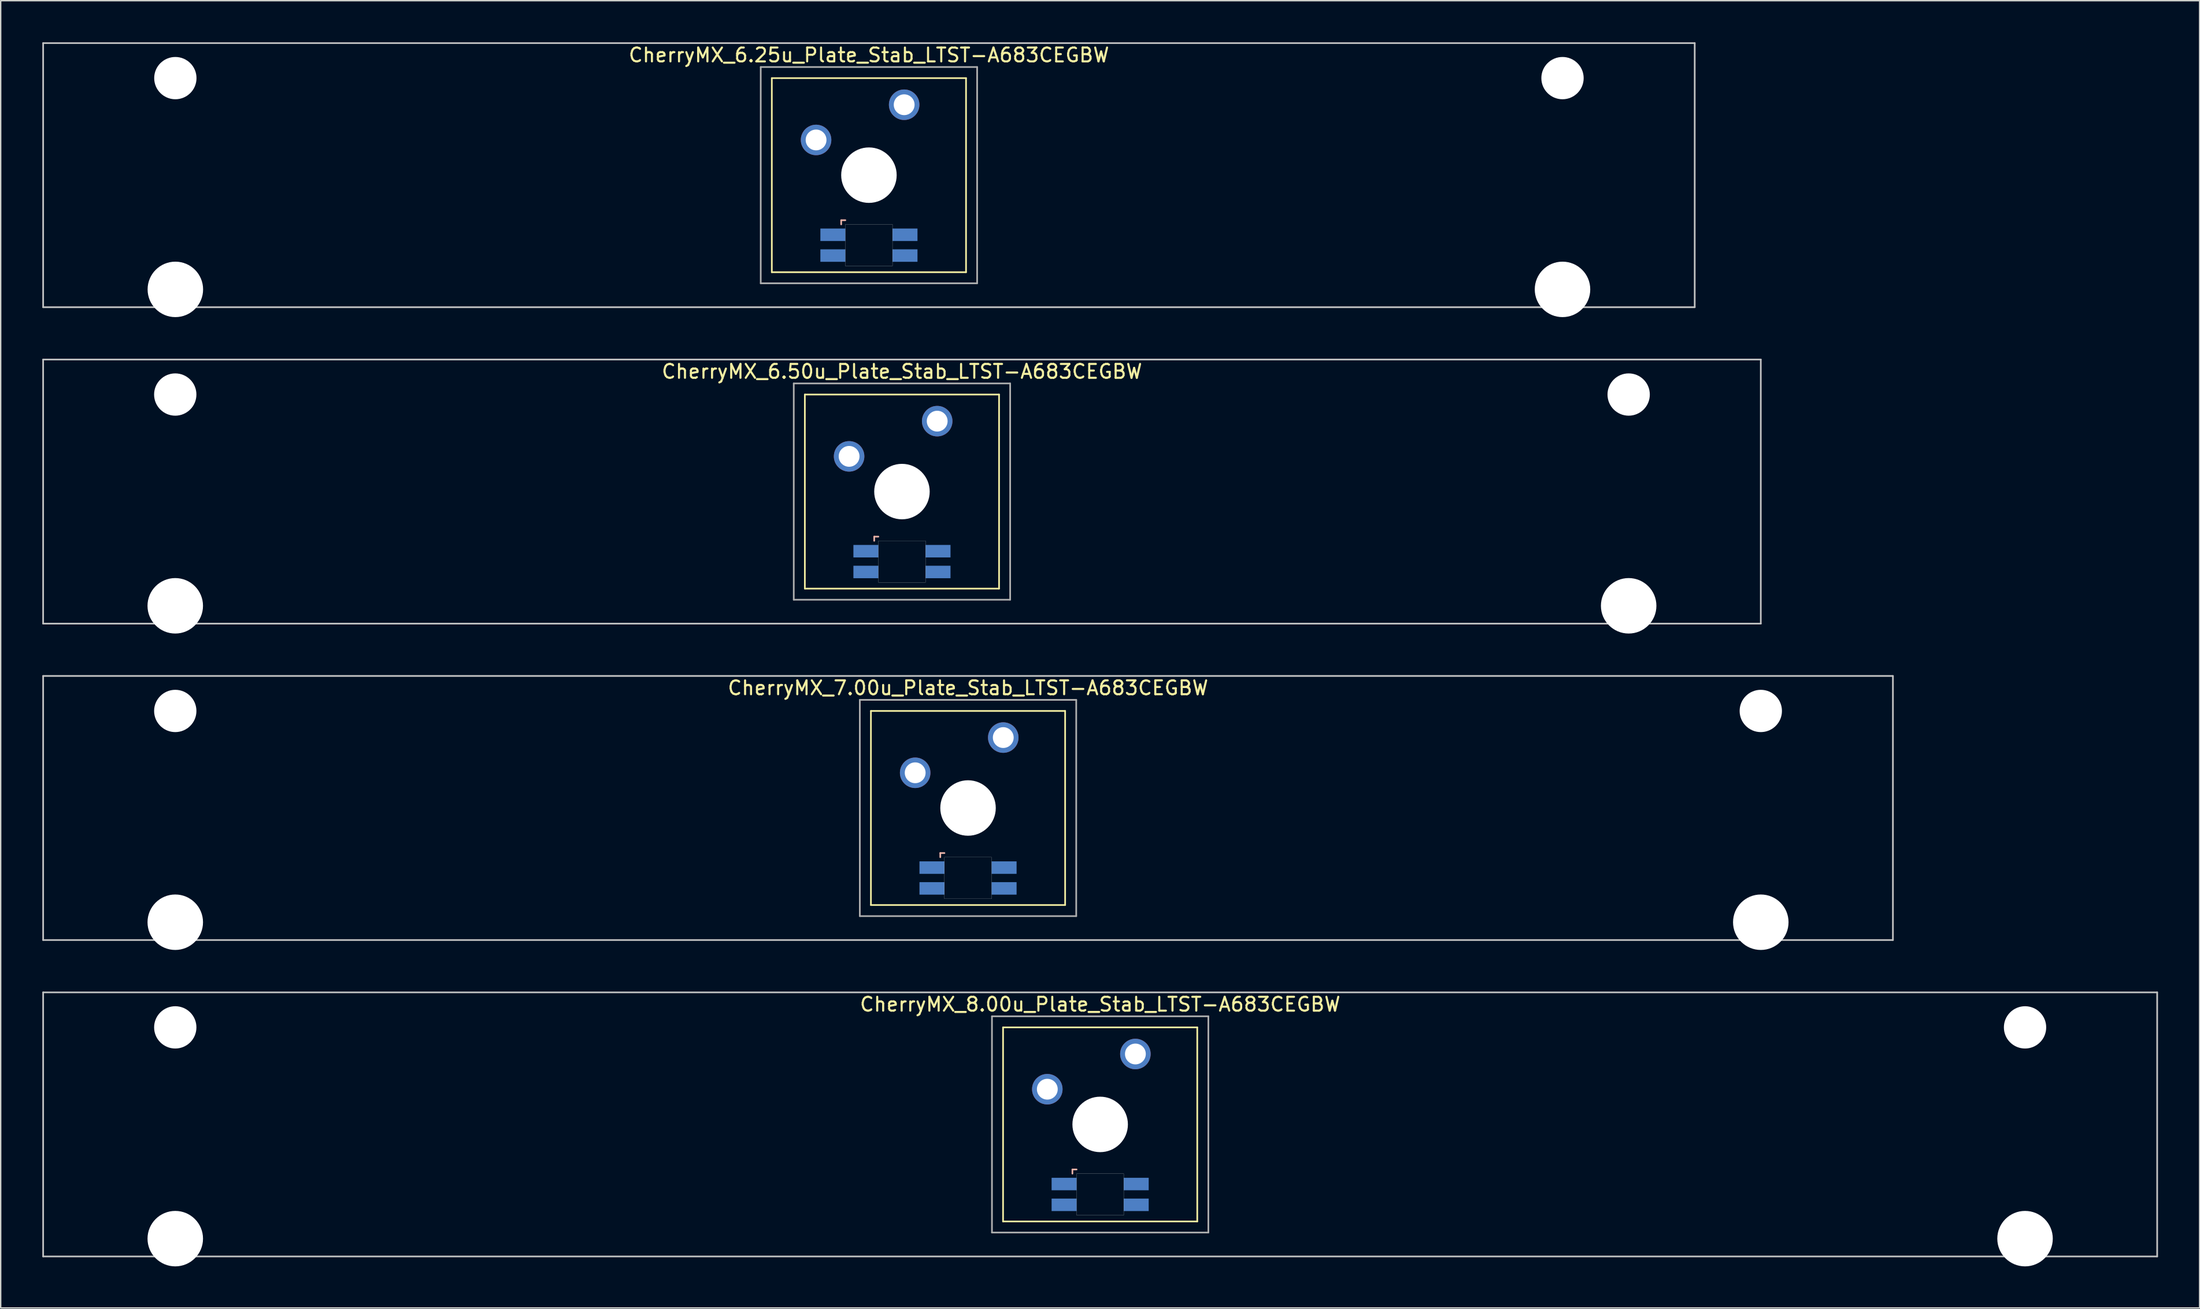
<source format=kicad_pcb>
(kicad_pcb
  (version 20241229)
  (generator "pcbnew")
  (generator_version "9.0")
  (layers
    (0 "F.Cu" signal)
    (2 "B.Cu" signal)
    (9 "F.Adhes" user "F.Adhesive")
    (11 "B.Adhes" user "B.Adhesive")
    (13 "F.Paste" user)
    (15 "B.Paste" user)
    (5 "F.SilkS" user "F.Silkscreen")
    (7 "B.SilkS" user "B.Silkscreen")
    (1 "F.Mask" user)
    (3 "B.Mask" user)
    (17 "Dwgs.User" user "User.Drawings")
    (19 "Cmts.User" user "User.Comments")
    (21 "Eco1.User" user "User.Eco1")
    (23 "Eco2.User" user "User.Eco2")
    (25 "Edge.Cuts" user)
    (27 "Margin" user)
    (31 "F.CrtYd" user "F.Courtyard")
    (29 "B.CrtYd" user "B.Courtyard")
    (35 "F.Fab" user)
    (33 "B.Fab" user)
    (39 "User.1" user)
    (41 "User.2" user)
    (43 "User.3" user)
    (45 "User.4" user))
  (footprint "CherryMX_6.50u_Plate_Stab_LTST-A683CEGBW"
    (layer "F.Cu")
    (at 61.972 32.41)
    (property "Reference" "CherryMX_6.50u_Plate_Stab_LTST-A683CEGBW" (at 0 -8.662 0) (layer "F.SilkS") (effects (font (size 1 1) (thickness 0.15))))
    (attr through_hole)
    (fp_line (start -7 -7) (end -7 7) (stroke (width 0.12) (type solid)) (layer "F.SilkS"))
    (fp_line (start -7 -7) (end 7 -7) (stroke (width 0.12) (type solid)) (layer "F.SilkS"))
    (fp_line (start 7 -7) (end 7 7) (stroke (width 0.12) (type solid)) (layer "F.SilkS"))
    (fp_line (start 7 7) (end -7 7) (stroke (width 0.12) (type solid)) (layer "F.SilkS"))
    (fp_line (start -2 3.25) (end -2 3.55) (stroke (width 0.12) (type solid)) (layer "B.SilkS"))
    (fp_line (start -1.7 3.25) (end -2 3.25) (stroke (width 0.12) (type solid)) (layer "B.SilkS"))
    (fp_line (start -61.913 -9.525) (end 61.913 -9.525) (stroke (width 0.12) (type solid)) (layer "Dwgs.User"))
    (fp_line (start -61.913 9.525) (end -61.913 -9.525) (stroke (width 0.12) (type solid)) (layer "Dwgs.User"))
    (fp_line (start 61.913 -9.525) (end 61.913 9.525) (stroke (width 0.12) (type solid)) (layer "Dwgs.User"))
    (fp_line (start 61.913 9.525) (end -61.913 9.525) (stroke (width 0.12) (type solid)) (layer "Dwgs.User"))
    (fp_poly (pts (xy 1.7 6.55) (xy -1.7 6.55) (xy -1.7 3.55) (xy 1.7 3.55)) (stroke (width 0.01) (type solid)) (fill no) (layer "Edge.Cuts"))
    (fp_line (start -7.8 -7.8) (end -7.8 7.8) (stroke (width 0.12) (type solid)) (layer "F.Fab"))
    (fp_line (start -7.8 -7.8) (end 7.8 -7.8) (stroke (width 0.12) (type solid)) (layer "F.Fab"))
    (fp_line (start -7.8 7.8) (end 7.8 7.8) (stroke (width 0.12) (type solid)) (layer "F.Fab"))
    (fp_line (start 7.8 -7.8) (end 7.8 7.8) (stroke (width 0.12) (type solid)) (layer "F.Fab"))
    (pad "" np_thru_hole circle (at -52.388 -7) (size 3.05 3.05) (drill 3.05) (layers "*.Cu" "*.Mask"))
    (pad "" np_thru_hole circle (at -52.388 8.24) (size 4 4) (drill 4) (layers "*.Cu" "*.Mask"))
    (pad "" np_thru_hole circle (at 0 0) (size 4 4) (drill 4) (layers "*.Cu" "*.Mask"))
    (pad "" np_thru_hole circle (at 52.388 -7) (size 3.05 3.05) (drill 3.05) (layers "*.Cu" "*.Mask"))
    (pad "" np_thru_hole circle (at 52.388 8.24) (size 4 4) (drill 4) (layers "*.Cu" "*.Mask"))
    (pad "1" thru_hole circle (at -3.81 -2.54) (size 2.2 2.2) (drill 1.5) (layers "*.Cu" "*.Mask"))
    (pad "2" thru_hole circle (at 2.54 -5.08) (size 2.2 2.2) (drill 1.5) (layers "*.Cu" "*.Mask"))
    (pad "3" smd rect (at -2.6 4.3) (size 1.8 0.9) (layers "B.Cu" "B.Mask" "B.Paste"))
    (pad "4" smd rect (at -2.6 5.8) (size 1.8 0.9) (layers "B.Cu" "B.Mask" "B.Paste"))
    (pad "5" smd rect (at 2.6 4.3) (size 1.8 0.9) (layers "B.Cu" "B.Mask" "B.Paste"))
    (pad "6" smd rect (at 2.6 5.8) (size 1.8 0.9) (layers "B.Cu" "B.Mask" "B.Paste")))
  (footprint "CherryMX_7.00u_Plate_Stab_LTST-A683CEGBW"
    (layer "F.Cu")
    (at 66.735 55.235)
    (property "Reference" "CherryMX_7.00u_Plate_Stab_LTST-A683CEGBW" (at 0 -8.662 0) (layer "F.SilkS") (effects (font (size 1 1) (thickness 0.15))))
    (attr through_hole)
    (fp_line (start -7 -7) (end -7 7) (stroke (width 0.12) (type solid)) (layer "F.SilkS"))
    (fp_line (start -7 -7) (end 7 -7) (stroke (width 0.12) (type solid)) (layer "F.SilkS"))
    (fp_line (start 7 -7) (end 7 7) (stroke (width 0.12) (type solid)) (layer "F.SilkS"))
    (fp_line (start 7 7) (end -7 7) (stroke (width 0.12) (type solid)) (layer "F.SilkS"))
    (fp_line (start -2 3.25) (end -2 3.55) (stroke (width 0.12) (type solid)) (layer "B.SilkS"))
    (fp_line (start -1.7 3.25) (end -2 3.25) (stroke (width 0.12) (type solid)) (layer "B.SilkS"))
    (fp_line (start -66.675 -9.525) (end 66.675 -9.525) (stroke (width 0.12) (type solid)) (layer "Dwgs.User"))
    (fp_line (start -66.675 9.525) (end -66.675 -9.525) (stroke (width 0.12) (type solid)) (layer "Dwgs.User"))
    (fp_line (start 66.675 -9.525) (end 66.675 9.525) (stroke (width 0.12) (type solid)) (layer "Dwgs.User"))
    (fp_line (start 66.675 9.525) (end -66.675 9.525) (stroke (width 0.12) (type solid)) (layer "Dwgs.User"))
    (fp_poly (pts (xy 1.7 6.55) (xy -1.7 6.55) (xy -1.7 3.55) (xy 1.7 3.55)) (stroke (width 0.01) (type solid)) (fill no) (layer "Edge.Cuts"))
    (fp_line (start -7.8 -7.8) (end -7.8 7.8) (stroke (width 0.12) (type solid)) (layer "F.Fab"))
    (fp_line (start -7.8 -7.8) (end 7.8 -7.8) (stroke (width 0.12) (type solid)) (layer "F.Fab"))
    (fp_line (start -7.8 7.8) (end 7.8 7.8) (stroke (width 0.12) (type solid)) (layer "F.Fab"))
    (fp_line (start 7.8 -7.8) (end 7.8 7.8) (stroke (width 0.12) (type solid)) (layer "F.Fab"))
    (pad "" np_thru_hole circle (at -57.15 -7) (size 3.05 3.05) (drill 3.05) (layers "*.Cu" "*.Mask"))
    (pad "" np_thru_hole circle (at -57.15 8.24) (size 4 4) (drill 4) (layers "*.Cu" "*.Mask"))
    (pad "" np_thru_hole circle (at 0 0) (size 4 4) (drill 4) (layers "*.Cu" "*.Mask"))
    (pad "" np_thru_hole circle (at 57.15 -7) (size 3.05 3.05) (drill 3.05) (layers "*.Cu" "*.Mask"))
    (pad "" np_thru_hole circle (at 57.15 8.24) (size 4 4) (drill 4) (layers "*.Cu" "*.Mask"))
    (pad "1" thru_hole circle (at -3.81 -2.54) (size 2.2 2.2) (drill 1.5) (layers "*.Cu" "*.Mask"))
    (pad "2" thru_hole circle (at 2.54 -5.08) (size 2.2 2.2) (drill 1.5) (layers "*.Cu" "*.Mask"))
    (pad "3" smd rect (at -2.6 4.3) (size 1.8 0.9) (layers "B.Cu" "B.Mask" "B.Paste"))
    (pad "4" smd rect (at -2.6 5.8) (size 1.8 0.9) (layers "B.Cu" "B.Mask" "B.Paste"))
    (pad "5" smd rect (at 2.6 4.3) (size 1.8 0.9) (layers "B.Cu" "B.Mask" "B.Paste"))
    (pad "6" smd rect (at 2.6 5.8) (size 1.8 0.9) (layers "B.Cu" "B.Mask" "B.Paste")))
  (footprint "CherryMX_8.00u_Plate_Stab_LTST-A683CEGBW"
    (layer "F.Cu")
    (at 76.26 78.06)
    (property "Reference" "CherryMX_8.00u_Plate_Stab_LTST-A683CEGBW" (at 0 -8.662 0) (layer "F.SilkS") (effects (font (size 1 1) (thickness 0.15))))
    (attr through_hole)
    (fp_line (start -7 -7) (end -7 7) (stroke (width 0.12) (type solid)) (layer "F.SilkS"))
    (fp_line (start -7 -7) (end 7 -7) (stroke (width 0.12) (type solid)) (layer "F.SilkS"))
    (fp_line (start 7 -7) (end 7 7) (stroke (width 0.12) (type solid)) (layer "F.SilkS"))
    (fp_line (start 7 7) (end -7 7) (stroke (width 0.12) (type solid)) (layer "F.SilkS"))
    (fp_line (start -2 3.25) (end -2 3.55) (stroke (width 0.12) (type solid)) (layer "B.SilkS"))
    (fp_line (start -1.7 3.25) (end -2 3.25) (stroke (width 0.12) (type solid)) (layer "B.SilkS"))
    (fp_line (start -76.2 -9.525) (end 76.2 -9.525) (stroke (width 0.12) (type solid)) (layer "Dwgs.User"))
    (fp_line (start -76.2 9.525) (end -76.2 -9.525) (stroke (width 0.12) (type solid)) (layer "Dwgs.User"))
    (fp_line (start 76.2 -9.525) (end 76.2 9.525) (stroke (width 0.12) (type solid)) (layer "Dwgs.User"))
    (fp_line (start 76.2 9.525) (end -76.2 9.525) (stroke (width 0.12) (type solid)) (layer "Dwgs.User"))
    (fp_poly (pts (xy 1.7 6.55) (xy -1.7 6.55) (xy -1.7 3.55) (xy 1.7 3.55)) (stroke (width 0.01) (type solid)) (fill no) (layer "Edge.Cuts"))
    (fp_line (start -7.8 -7.8) (end -7.8 7.8) (stroke (width 0.12) (type solid)) (layer "F.Fab"))
    (fp_line (start -7.8 -7.8) (end 7.8 -7.8) (stroke (width 0.12) (type solid)) (layer "F.Fab"))
    (fp_line (start -7.8 7.8) (end 7.8 7.8) (stroke (width 0.12) (type solid)) (layer "F.Fab"))
    (fp_line (start 7.8 -7.8) (end 7.8 7.8) (stroke (width 0.12) (type solid)) (layer "F.Fab"))
    (pad "" np_thru_hole circle (at -66.675 -7) (size 3.05 3.05) (drill 3.05) (layers "*.Cu" "*.Mask"))
    (pad "" np_thru_hole circle (at -66.675 8.24) (size 4 4) (drill 4) (layers "*.Cu" "*.Mask"))
    (pad "" np_thru_hole circle (at 0 0) (size 4 4) (drill 4) (layers "*.Cu" "*.Mask"))
    (pad "" np_thru_hole circle (at 66.675 -7) (size 3.05 3.05) (drill 3.05) (layers "*.Cu" "*.Mask"))
    (pad "" np_thru_hole circle (at 66.675 8.24) (size 4 4) (drill 4) (layers "*.Cu" "*.Mask"))
    (pad "1" thru_hole circle (at -3.81 -2.54) (size 2.2 2.2) (drill 1.5) (layers "*.Cu" "*.Mask"))
    (pad "2" thru_hole circle (at 2.54 -5.08) (size 2.2 2.2) (drill 1.5) (layers "*.Cu" "*.Mask"))
    (pad "3" smd rect (at -2.6 4.3) (size 1.8 0.9) (layers "B.Cu" "B.Mask" "B.Paste"))
    (pad "4" smd rect (at -2.6 5.8) (size 1.8 0.9) (layers "B.Cu" "B.Mask" "B.Paste"))
    (pad "5" smd rect (at 2.6 4.3) (size 1.8 0.9) (layers "B.Cu" "B.Mask" "B.Paste"))
    (pad "6" smd rect (at 2.6 5.8) (size 1.8 0.9) (layers "B.Cu" "B.Mask" "B.Paste")))
  (footprint "CherryMX_6.25u_Plate_Stab_LTST-A683CEGBW"
    (layer "F.Cu")
    (at 59.591 9.585)
    (property "Reference" "CherryMX_6.25u_Plate_Stab_LTST-A683CEGBW" (at 0 -8.662 0) (layer "F.SilkS") (effects (font (size 1 1) (thickness 0.15))))
    (attr through_hole)
    (fp_line (start -7 -7) (end -7 7) (stroke (width 0.12) (type solid)) (layer "F.SilkS"))
    (fp_line (start -7 -7) (end 7 -7) (stroke (width 0.12) (type solid)) (layer "F.SilkS"))
    (fp_line (start 7 -7) (end 7 7) (stroke (width 0.12) (type solid)) (layer "F.SilkS"))
    (fp_line (start 7 7) (end -7 7) (stroke (width 0.12) (type solid)) (layer "F.SilkS"))
    (fp_line (start -2 3.25) (end -2 3.55) (stroke (width 0.12) (type solid)) (layer "B.SilkS"))
    (fp_line (start -1.7 3.25) (end -2 3.25) (stroke (width 0.12) (type solid)) (layer "B.SilkS"))
    (fp_line (start -59.531 -9.525) (end 59.531 -9.525) (stroke (width 0.12) (type solid)) (layer "Dwgs.User"))
    (fp_line (start -59.531 9.525) (end -59.531 -9.525) (stroke (width 0.12) (type solid)) (layer "Dwgs.User"))
    (fp_line (start 59.531 -9.525) (end 59.531 9.525) (stroke (width 0.12) (type solid)) (layer "Dwgs.User"))
    (fp_line (start 59.531 9.525) (end -59.531 9.525) (stroke (width 0.12) (type solid)) (layer "Dwgs.User"))
    (fp_poly (pts (xy 1.7 6.55) (xy -1.7 6.55) (xy -1.7 3.55) (xy 1.7 3.55)) (stroke (width 0.01) (type solid)) (fill no) (layer "Edge.Cuts"))
    (fp_line (start -7.8 -7.8) (end -7.8 7.8) (stroke (width 0.12) (type solid)) (layer "F.Fab"))
    (fp_line (start -7.8 -7.8) (end 7.8 -7.8) (stroke (width 0.12) (type solid)) (layer "F.Fab"))
    (fp_line (start -7.8 7.8) (end 7.8 7.8) (stroke (width 0.12) (type solid)) (layer "F.Fab"))
    (fp_line (start 7.8 -7.8) (end 7.8 7.8) (stroke (width 0.12) (type solid)) (layer "F.Fab"))
    (pad "" np_thru_hole circle (at -50 -7) (size 3.05 3.05) (drill 3.05) (layers "*.Cu" "*.Mask"))
    (pad "" np_thru_hole circle (at -50 8.24) (size 4 4) (drill 4) (layers "*.Cu" "*.Mask"))
    (pad "" np_thru_hole circle (at 0 0) (size 4 4) (drill 4) (layers "*.Cu" "*.Mask"))
    (pad "" np_thru_hole circle (at 50 -7) (size 3.05 3.05) (drill 3.05) (layers "*.Cu" "*.Mask"))
    (pad "" np_thru_hole circle (at 50 8.24) (size 4 4) (drill 4) (layers "*.Cu" "*.Mask"))
    (pad "1" thru_hole circle (at -3.81 -2.54) (size 2.2 2.2) (drill 1.5) (layers "*.Cu" "*.Mask"))
    (pad "2" thru_hole circle (at 2.54 -5.08) (size 2.2 2.2) (drill 1.5) (layers "*.Cu" "*.Mask"))
    (pad "3" smd rect (at -2.6 4.3) (size 1.8 0.9) (layers "B.Cu" "B.Mask" "B.Paste"))
    (pad "4" smd rect (at -2.6 5.8) (size 1.8 0.9) (layers "B.Cu" "B.Mask" "B.Paste"))
    (pad "5" smd rect (at 2.6 4.3) (size 1.8 0.9) (layers "B.Cu" "B.Mask" "B.Paste"))
    (pad "6" smd rect (at 2.6 5.8) (size 1.8 0.9) (layers "B.Cu" "B.Mask" "B.Paste")))
  (gr_rect
    (start -3 -3)
    (end 155.52 91.3)
    (stroke (width 0.1) (type default))
    (fill no)
    (layer "Edge.Cuts")))
</source>
